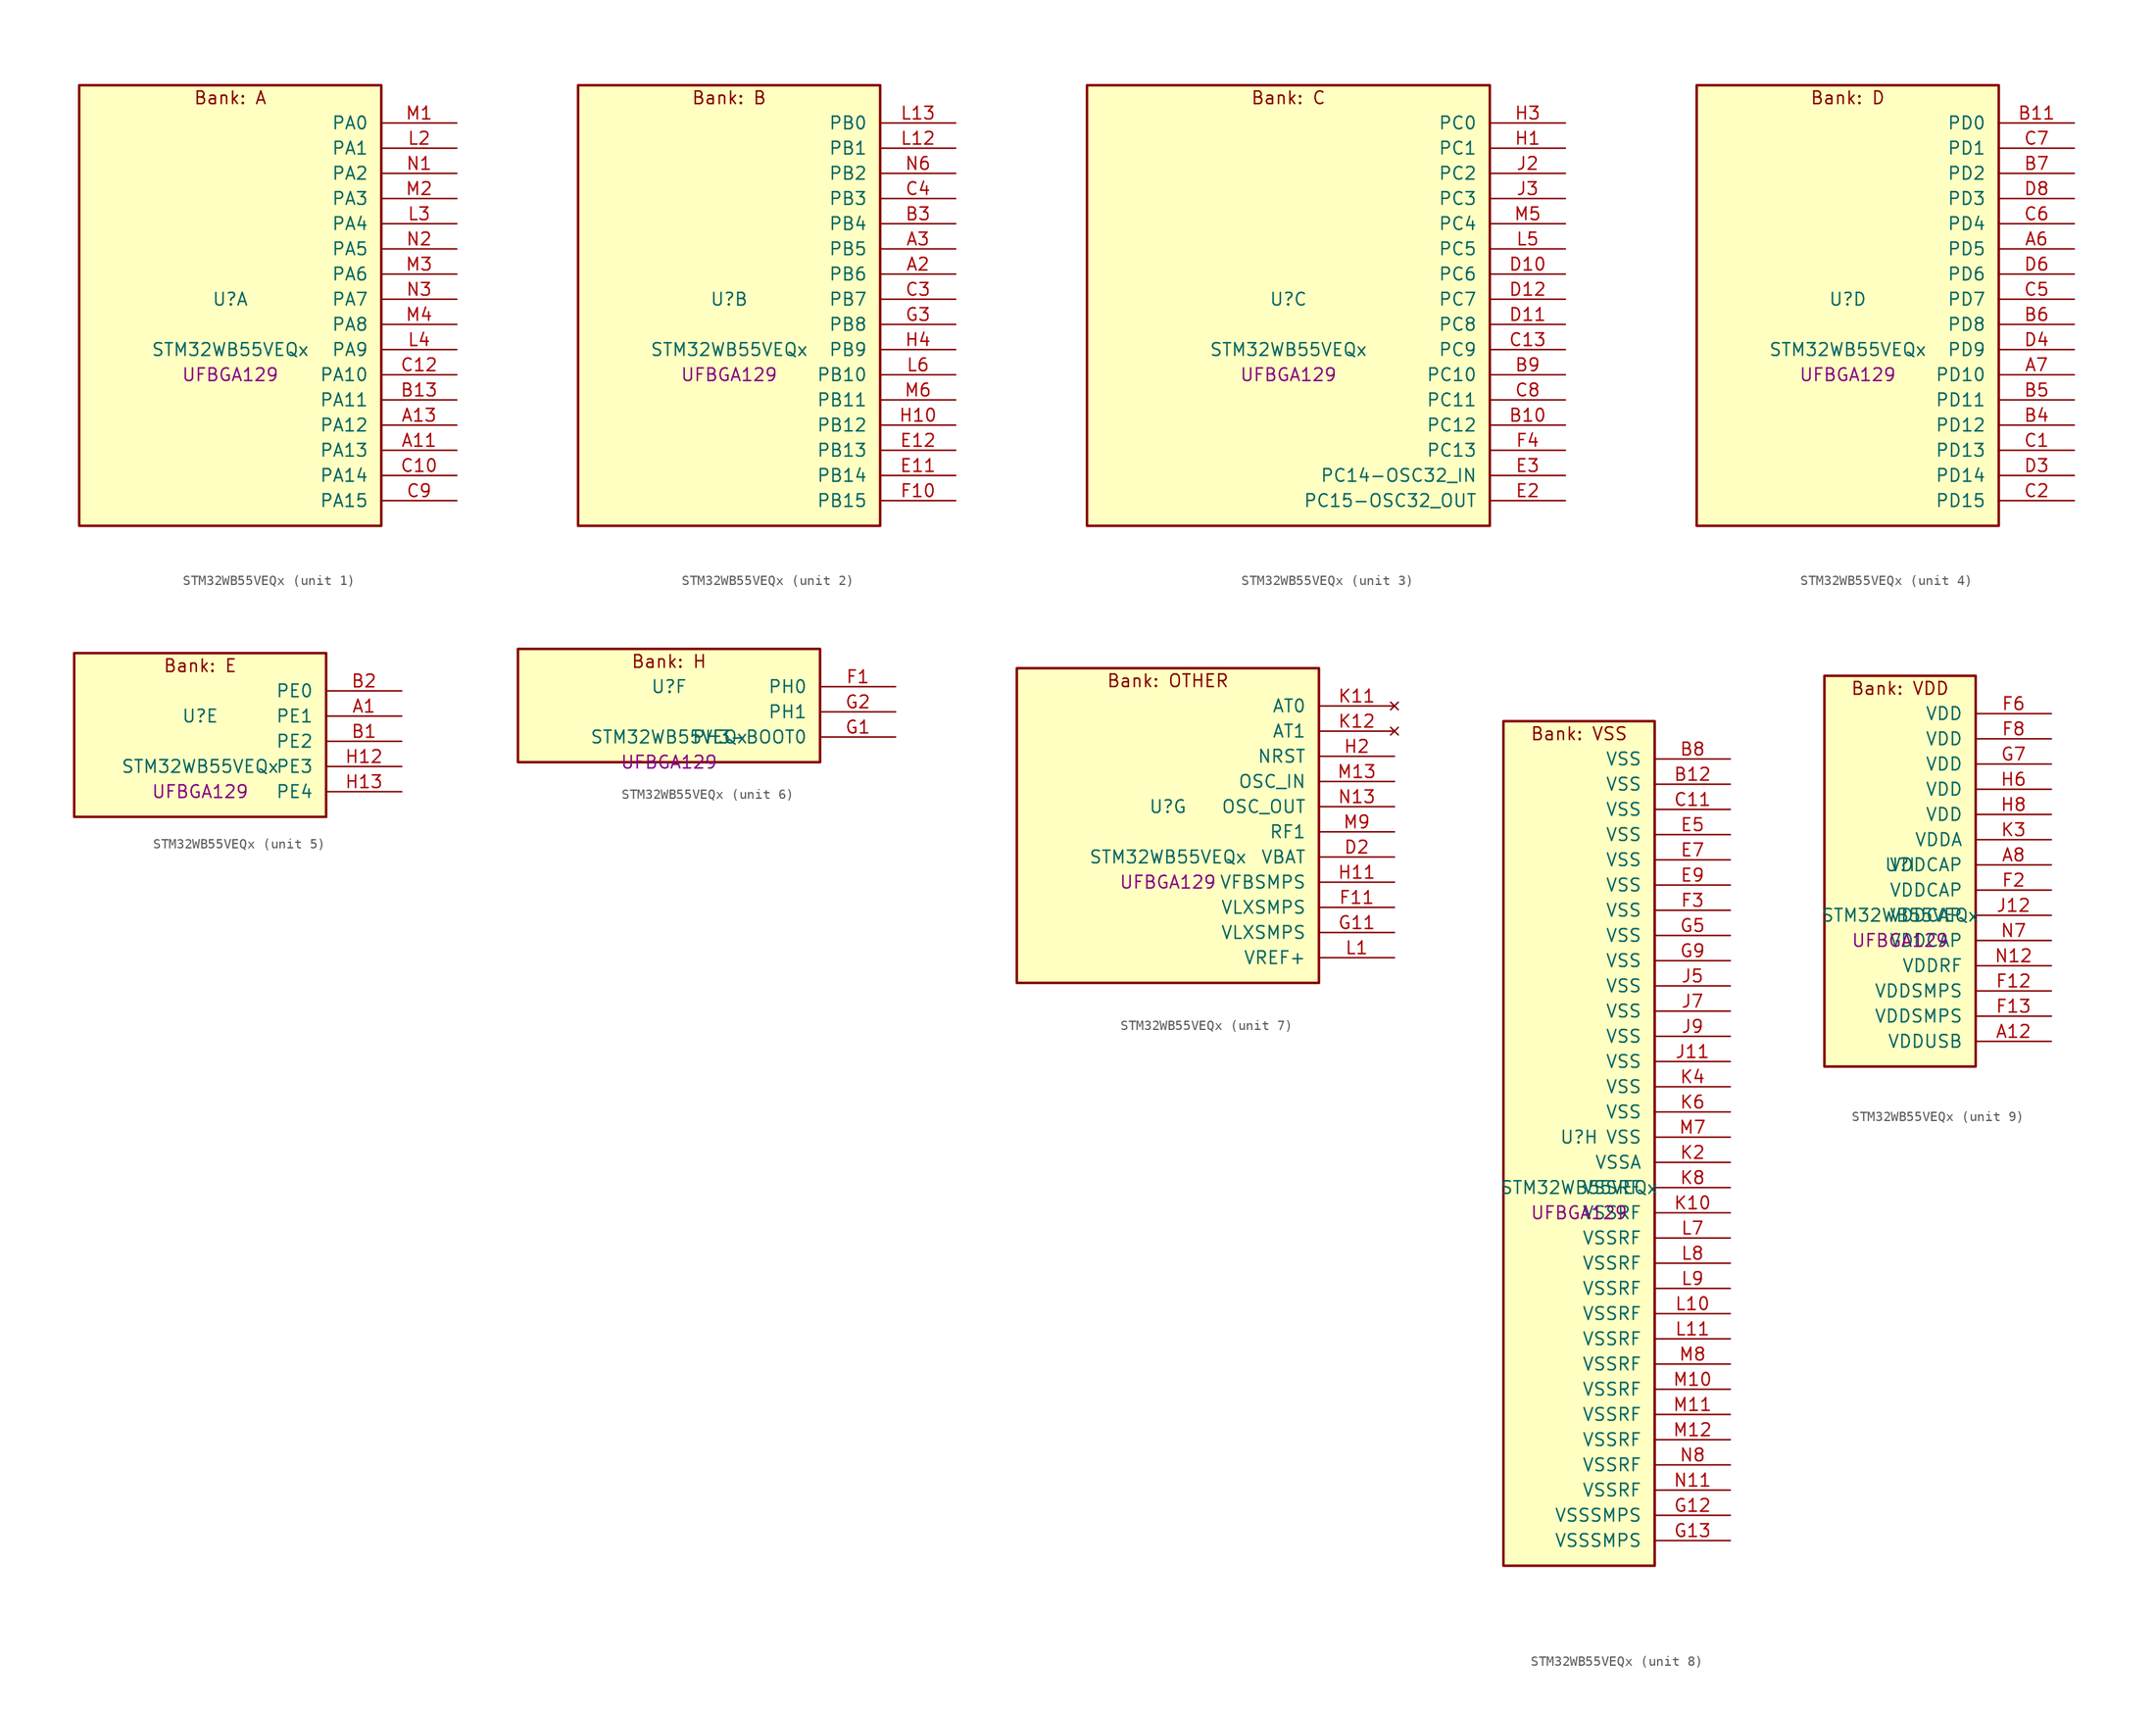
<source format=kicad_sym>
(kicad_symbol_lib
  (version 20241209)
  (generator "stm32_pkl_generator")
  (generator_version "1.0")
  (symbol "STM32WB55VEQx"
    (pin_names
      (offset 1.27))
    (property "Reference" "U"
      (at 0 2.54 0))
    (property "Value" "STM32WB55VEQx"
      (at 0 -2.54 0))
    (property "Footprint" "UFBGA129"
      (at 0 -5.08 0))
    (symbol "STM32WB55VEQx_1_1"
      (rectangle (start -15.24 24.13) (end 15.24 -20.32) (stroke (width 0.254) (type solid)) (fill (type background)))
      (text "Bank: A" (at 0 22.86 0))
      (pin bidirectional line (at 22.86 20.32 180) (length 7.62) (name "PA0") (number "M1") (alternate "PA0/ADC1_IN5" bidirectional line) (alternate "PA0/COMP1_INM" bidirectional line) (alternate "PA0/COMP1_OUT" bidirectional line) (alternate "PA0/RTC_TAMP2" bidirectional line) (alternate "PA0/SAI1_EXTCLK" bidirectional line) (alternate "PA0/SYS_WKUP1" bidirectional line) (alternate "PA0/TIM2_CH1" bidirectional line) (alternate "PA0/TIM2_ETR" bidirectional line))
      (pin bidirectional line (at 22.86 17.78 180) (length 7.62) (name "PA1") (number "L2") (alternate "PA1/ADC1_IN6" bidirectional line) (alternate "PA1/COMP1_INP" bidirectional line) (alternate "PA1/I2C1_SMBA" bidirectional line) (alternate "PA1/LCD_SEG0" bidirectional line) (alternate "PA1/SPI1_SCK" bidirectional line) (alternate "PA1/TIM2_CH2" bidirectional line))
      (pin bidirectional line (at 22.86 15.24 180) (length 7.62) (name "PA2") (number "N1") (alternate "PA2/ADC1_IN7" bidirectional line) (alternate "PA2/COMP2_INM" bidirectional line) (alternate "PA2/COMP2_OUT" bidirectional line) (alternate "PA2/LCD_SEG1" bidirectional line) (alternate "PA2/LPUART1_TX" bidirectional line) (alternate "PA2/QUADSPI_BK1_NCS" bidirectional line) (alternate "PA2/RCC_LSCO" bidirectional line) (alternate "PA2/SYS_WKUP4" bidirectional line) (alternate "PA2/TIM2_CH3" bidirectional line))
      (pin bidirectional line (at 22.86 12.7 180) (length 7.62) (name "PA3") (number "M2") (alternate "PA3/ADC1_IN8" bidirectional line) (alternate "PA3/COMP2_INP" bidirectional line) (alternate "PA3/LCD_SEG2" bidirectional line) (alternate "PA3/LPUART1_RX" bidirectional line) (alternate "PA3/QUADSPI_CLK" bidirectional line) (alternate "PA3/SAI1_CK1" bidirectional line) (alternate "PA3/SAI1_MCLK_A" bidirectional line) (alternate "PA3/TIM2_CH4" bidirectional line))
      (pin bidirectional line (at 22.86 10.16 180) (length 7.62) (name "PA4") (number "L3") (alternate "PA4/ADC1_IN9" bidirectional line) (alternate "PA4/COMP1_INM" bidirectional line) (alternate "PA4/COMP2_INM" bidirectional line) (alternate "PA4/LCD_SEG5" bidirectional line) (alternate "PA4/LPTIM2_OUT" bidirectional line) (alternate "PA4/SAI1_FS_B" bidirectional line) (alternate "PA4/SPI1_NSS" bidirectional line))
      (pin bidirectional line (at 22.86 7.62 180) (length 7.62) (name "PA5") (number "N2") (alternate "PA5/ADC1_IN10" bidirectional line) (alternate "PA5/COMP1_INM" bidirectional line) (alternate "PA5/COMP2_INM" bidirectional line) (alternate "PA5/LPTIM2_ETR" bidirectional line) (alternate "PA5/SAI1_SD_B" bidirectional line) (alternate "PA5/SPI1_SCK" bidirectional line) (alternate "PA5/TIM2_CH1" bidirectional line) (alternate "PA5/TIM2_ETR" bidirectional line))
      (pin bidirectional line (at 22.86 5.08 180) (length 7.62) (name "PA6") (number "M3") (alternate "PA6/ADC1_IN11" bidirectional line) (alternate "PA6/LCD_SEG3" bidirectional line) (alternate "PA6/LPUART1_CTS" bidirectional line) (alternate "PA6/QUADSPI_BK1_IO3" bidirectional line) (alternate "PA6/SPI1_MISO" bidirectional line) (alternate "PA6/TIM16_CH1" bidirectional line) (alternate "PA6/TIM1_BKIN" bidirectional line))
      (pin bidirectional line (at 22.86 2.54 180) (length 7.62) (name "PA7") (number "N3") (alternate "PA7/ADC1_IN12" bidirectional line) (alternate "PA7/COMP2_OUT" bidirectional line) (alternate "PA7/I2C3_SCL" bidirectional line) (alternate "PA7/LCD_SEG4" bidirectional line) (alternate "PA7/QUADSPI_BK1_IO2" bidirectional line) (alternate "PA7/SPI1_MOSI" bidirectional line) (alternate "PA7/TIM17_CH1" bidirectional line) (alternate "PA7/TIM1_CH1N" bidirectional line))
      (pin bidirectional line (at 22.86 0 180) (length 7.62) (name "PA8") (number "M4") (alternate "PA8/ADC1_IN15" bidirectional line) (alternate "PA8/LCD_COM0" bidirectional line) (alternate "PA8/LPTIM2_OUT" bidirectional line) (alternate "PA8/RCC_MCO" bidirectional line) (alternate "PA8/SAI1_CK2" bidirectional line) (alternate "PA8/SAI1_SCK_A" bidirectional line) (alternate "PA8/TIM1_CH1" bidirectional line) (alternate "PA8/USART1_CK" bidirectional line))
      (pin bidirectional line (at 22.86 -2.54 180) (length 7.62) (name "PA9") (number "L4") (alternate "PA9/ADC1_IN16" bidirectional line) (alternate "PA9/COMP1_INM" bidirectional line) (alternate "PA9/I2C1_SCL" bidirectional line) (alternate "PA9/LCD_COM1" bidirectional line) (alternate "PA9/SAI1_D2" bidirectional line) (alternate "PA9/SAI1_FS_A" bidirectional line) (alternate "PA9/SPI2_SCK" bidirectional line) (alternate "PA9/TIM1_CH2" bidirectional line) (alternate "PA9/USART1_TX" bidirectional line))
      (pin bidirectional line (at 22.86 -5.08 180) (length 7.62) (name "PA10") (number "C12") (alternate "PA10/CRS_SYNC" bidirectional line) (alternate "PA10/I2C1_SDA" bidirectional line) (alternate "PA10/LCD_COM2" bidirectional line) (alternate "PA10/SAI1_D1" bidirectional line) (alternate "PA10/SAI1_SD_A" bidirectional line) (alternate "PA10/TIM17_BKIN" bidirectional line) (alternate "PA10/TIM1_CH3" bidirectional line) (alternate "PA10/USART1_RX" bidirectional line))
      (pin bidirectional line (at 22.86 -7.62 180) (length 7.62) (name "PA11") (number "B13") (alternate "PA11/ADC1_EXTI11" bidirectional line) (alternate "PA11/SPI1_MISO" bidirectional line) (alternate "PA11/TIM1_BKIN2" bidirectional line) (alternate "PA11/TIM1_CH4" bidirectional line) (alternate "PA11/USART1_CTS" bidirectional line) (alternate "PA11/USART1_NSS" bidirectional line) (alternate "PA11/USB_DM" bidirectional line))
      (pin bidirectional line (at 22.86 -10.16 180) (length 7.62) (name "PA12") (number "A13") (alternate "PA12/LPUART1_RX" bidirectional line) (alternate "PA12/SPI1_MOSI" bidirectional line) (alternate "PA12/TIM1_ETR" bidirectional line) (alternate "PA12/USART1_DE" bidirectional line) (alternate "PA12/USART1_RTS" bidirectional line) (alternate "PA12/USB_DP" bidirectional line))
      (pin bidirectional line (at 22.86 -12.7 180) (length 7.62) (name "PA13") (number "A11") (alternate "PA13/IR_OUT" bidirectional line) (alternate "PA13/SAI1_SD_B" bidirectional line) (alternate "PA13/SYS_JTMS-SWDIO" bidirectional line) (alternate "PA13/USB_NOE" bidirectional line))
      (pin bidirectional line (at 22.86 -15.24 180) (length 7.62) (name "PA14") (number "C10") (alternate "PA14/I2C1_SMBA" bidirectional line) (alternate "PA14/LCD_SEG5" bidirectional line) (alternate "PA14/LPTIM1_OUT" bidirectional line) (alternate "PA14/SAI1_FS_B" bidirectional line) (alternate "PA14/SYS_JTCK-SWCLK" bidirectional line))
      (pin bidirectional line (at 22.86 -17.78 180) (length 7.62) (name "PA15") (number "C9") (alternate "PA15/ADC1_EXTI15" bidirectional line) (alternate "PA15/LCD_SEG17" bidirectional line) (alternate "PA15/RCC_MCO" bidirectional line) (alternate "PA15/SPI1_NSS" bidirectional line) (alternate "PA15/SYS_JTDI" bidirectional line) (alternate "PA15/TIM2_CH1" bidirectional line) (alternate "PA15/TIM2_ETR" bidirectional line) (alternate "PA15/TSC_G3_IO1" bidirectional line)))
    (symbol "STM32WB55VEQx_2_1"
      (rectangle (start -15.24 24.13) (end 15.24 -20.32) (stroke (width 0.254) (type solid)) (fill (type background)))
      (text "Bank: B" (at 0 22.86 0))
      (pin bidirectional line (at 22.86 20.32 180) (length 7.62) (name "PB0") (number "L13") (alternate "PB0/COMP1_OUT" bidirectional line) (alternate "PB0/RF_TX_MOD_EXT_PA" bidirectional line))
      (pin bidirectional line (at 22.86 17.78 180) (length 7.62) (name "PB1") (number "L12") (alternate "PB1/LPTIM2_IN1" bidirectional line) (alternate "PB1/LPUART1_DE" bidirectional line) (alternate "PB1/LPUART1_RTS" bidirectional line))
      (pin bidirectional line (at 22.86 15.24 180) (length 7.62) (name "PB2") (number "N6") (alternate "PB2/COMP1_INP" bidirectional line) (alternate "PB2/I2C3_SMBA" bidirectional line) (alternate "PB2/LCD_VLCD" bidirectional line) (alternate "PB2/LPTIM1_OUT" bidirectional line) (alternate "PB2/RTC_OUT2" bidirectional line) (alternate "PB2/SAI1_EXTCLK" bidirectional line) (alternate "PB2/SPI1_NSS" bidirectional line))
      (pin bidirectional line (at 22.86 12.7 180) (length 7.62) (name "PB3") (number "C4") (alternate "PB3/COMP2_INM" bidirectional line) (alternate "PB3/LCD_SEG7" bidirectional line) (alternate "PB3/SAI1_SCK_B" bidirectional line) (alternate "PB3/SPI1_SCK" bidirectional line) (alternate "PB3/SYS_JTDO-SWO" bidirectional line) (alternate "PB3/TIM2_CH2" bidirectional line) (alternate "PB3/USART1_DE" bidirectional line) (alternate "PB3/USART1_RTS" bidirectional line))
      (pin bidirectional line (at 22.86 10.16 180) (length 7.62) (name "PB4") (number "B3") (alternate "PB4/COMP2_INP" bidirectional line) (alternate "PB4/I2C3_SDA" bidirectional line) (alternate "PB4/LCD_SEG8" bidirectional line) (alternate "PB4/SAI1_MCLK_B" bidirectional line) (alternate "PB4/SPI1_MISO" bidirectional line) (alternate "PB4/SYS_JTRST" bidirectional line) (alternate "PB4/TIM17_BKIN" bidirectional line) (alternate "PB4/TSC_G2_IO1" bidirectional line) (alternate "PB4/USART1_CTS" bidirectional line) (alternate "PB4/USART1_NSS" bidirectional line))
      (pin bidirectional line (at 22.86 7.62 180) (length 7.62) (name "PB5") (number "A3") (alternate "PB5/COMP2_OUT" bidirectional line) (alternate "PB5/I2C1_SMBA" bidirectional line) (alternate "PB5/LCD_SEG9" bidirectional line) (alternate "PB5/LPTIM1_IN1" bidirectional line) (alternate "PB5/LPUART1_TX" bidirectional line) (alternate "PB5/SAI1_SD_B" bidirectional line) (alternate "PB5/SPI1_MOSI" bidirectional line) (alternate "PB5/TIM16_BKIN" bidirectional line) (alternate "PB5/TSC_G2_IO2" bidirectional line) (alternate "PB5/USART1_CK" bidirectional line))
      (pin bidirectional line (at 22.86 5.08 180) (length 7.62) (name "PB6") (number "A2") (alternate "PB6/COMP2_INP" bidirectional line) (alternate "PB6/I2C1_SCL" bidirectional line) (alternate "PB6/LCD_SEG6" bidirectional line) (alternate "PB6/LPTIM1_ETR" bidirectional line) (alternate "PB6/RCC_MCO" bidirectional line) (alternate "PB6/SAI1_FS_B" bidirectional line) (alternate "PB6/TIM16_CH1N" bidirectional line) (alternate "PB6/TSC_G2_IO3" bidirectional line) (alternate "PB6/USART1_TX" bidirectional line))
      (pin bidirectional line (at 22.86 2.54 180) (length 7.62) (name "PB7") (number "C3") (alternate "PB7/COMP2_INM" bidirectional line) (alternate "PB7/I2C1_SDA" bidirectional line) (alternate "PB7/LCD_SEG21" bidirectional line) (alternate "PB7/LPTIM1_IN2" bidirectional line) (alternate "PB7/SYS_PVD_IN" bidirectional line) (alternate "PB7/TIM17_CH1N" bidirectional line) (alternate "PB7/TIM1_BKIN" bidirectional line) (alternate "PB7/TSC_G2_IO4" bidirectional line) (alternate "PB7/USART1_RX" bidirectional line))
      (pin bidirectional line (at 22.86 0 180) (length 7.62) (name "PB8") (number "G3") (alternate "PB8/I2C1_SCL" bidirectional line) (alternate "PB8/LCD_SEG16" bidirectional line) (alternate "PB8/QUADSPI_BK1_IO1" bidirectional line) (alternate "PB8/SAI1_CK1" bidirectional line) (alternate "PB8/SAI1_MCLK_A" bidirectional line) (alternate "PB8/TIM16_CH1" bidirectional line) (alternate "PB8/TIM1_CH2N" bidirectional line))
      (pin bidirectional line (at 22.86 -2.54 180) (length 7.62) (name "PB9") (number "H4") (alternate "PB9/I2C1_SDA" bidirectional line) (alternate "PB9/IR_OUT" bidirectional line) (alternate "PB9/LCD_COM3" bidirectional line) (alternate "PB9/QUADSPI_BK1_IO0" bidirectional line) (alternate "PB9/SAI1_D2" bidirectional line) (alternate "PB9/SAI1_FS_A" bidirectional line) (alternate "PB9/SPI2_NSS" bidirectional line) (alternate "PB9/TIM17_CH1" bidirectional line) (alternate "PB9/TIM1_CH3N" bidirectional line) (alternate "PB9/TSC_G7_IO4" bidirectional line))
      (pin bidirectional line (at 22.86 -5.08 180) (length 7.62) (name "PB10") (number "L6") (alternate "PB10/COMP1_OUT" bidirectional line) (alternate "PB10/I2C3_SCL" bidirectional line) (alternate "PB10/LCD_SEG10" bidirectional line) (alternate "PB10/LPUART1_RX" bidirectional line) (alternate "PB10/QUADSPI_CLK" bidirectional line) (alternate "PB10/SAI1_SCK_A" bidirectional line) (alternate "PB10/SPI2_SCK" bidirectional line) (alternate "PB10/TIM2_CH3" bidirectional line) (alternate "PB10/TSC_SYNC" bidirectional line))
      (pin bidirectional line (at 22.86 -7.62 180) (length 7.62) (name "PB11") (number "M6") (alternate "PB11/ADC1_EXTI11" bidirectional line) (alternate "PB11/COMP2_OUT" bidirectional line) (alternate "PB11/I2C3_SDA" bidirectional line) (alternate "PB11/LCD_SEG11" bidirectional line) (alternate "PB11/LPUART1_TX" bidirectional line) (alternate "PB11/QUADSPI_BK1_NCS" bidirectional line) (alternate "PB11/TIM2_CH4" bidirectional line))
      (pin bidirectional line (at 22.86 -10.16 180) (length 7.62) (name "PB12") (number "H10") (alternate "PB12/I2C3_SMBA" bidirectional line) (alternate "PB12/LCD_SEG12" bidirectional line) (alternate "PB12/LPUART1_DE" bidirectional line) (alternate "PB12/LPUART1_RTS" bidirectional line) (alternate "PB12/SAI1_FS_A" bidirectional line) (alternate "PB12/SPI2_NSS" bidirectional line) (alternate "PB12/TIM1_BKIN" bidirectional line) (alternate "PB12/TSC_G1_IO1" bidirectional line))
      (pin bidirectional line (at 22.86 -12.7 180) (length 7.62) (name "PB13") (number "E12") (alternate "PB13/I2C3_SCL" bidirectional line) (alternate "PB13/LCD_SEG13" bidirectional line) (alternate "PB13/LPUART1_CTS" bidirectional line) (alternate "PB13/SAI1_SCK_A" bidirectional line) (alternate "PB13/SPI2_SCK" bidirectional line) (alternate "PB13/TIM1_CH1N" bidirectional line) (alternate "PB13/TSC_G1_IO2" bidirectional line))
      (pin bidirectional line (at 22.86 -15.24 180) (length 7.62) (name "PB14") (number "E11") (alternate "PB14/I2C3_SDA" bidirectional line) (alternate "PB14/LCD_SEG14" bidirectional line) (alternate "PB14/SAI1_MCLK_A" bidirectional line) (alternate "PB14/SPI2_MISO" bidirectional line) (alternate "PB14/TIM1_CH2N" bidirectional line) (alternate "PB14/TSC_G1_IO3" bidirectional line))
      (pin bidirectional line (at 22.86 -17.78 180) (length 7.62) (name "PB15") (number "F10") (alternate "PB15/ADC1_EXTI15" bidirectional line) (alternate "PB15/LCD_SEG15" bidirectional line) (alternate "PB15/RTC_REFIN" bidirectional line) (alternate "PB15/SAI1_SD_A" bidirectional line) (alternate "PB15/SPI2_MOSI" bidirectional line) (alternate "PB15/TIM1_CH3N" bidirectional line) (alternate "PB15/TSC_G1_IO4" bidirectional line)))
    (symbol "STM32WB55VEQx_3_1"
      (rectangle (start -20.32 24.13) (end 20.32 -20.32) (stroke (width 0.254) (type solid)) (fill (type background)))
      (text "Bank: C" (at 0 22.86 0))
      (pin bidirectional line (at 27.94 20.32 180) (length 7.62) (name "PC0") (number "H3") (alternate "PC0/ADC1_IN1" bidirectional line) (alternate "PC0/I2C3_SCL" bidirectional line) (alternate "PC0/LCD_SEG18" bidirectional line) (alternate "PC0/LPTIM1_IN1" bidirectional line) (alternate "PC0/LPTIM2_IN1" bidirectional line) (alternate "PC0/LPUART1_RX" bidirectional line))
      (pin bidirectional line (at 27.94 17.78 180) (length 7.62) (name "PC1") (number "H1") (alternate "PC1/ADC1_IN2" bidirectional line) (alternate "PC1/I2C3_SDA" bidirectional line) (alternate "PC1/LCD_SEG19" bidirectional line) (alternate "PC1/LPTIM1_OUT" bidirectional line) (alternate "PC1/LPUART1_TX" bidirectional line) (alternate "PC1/SPI2_MOSI" bidirectional line))
      (pin bidirectional line (at 27.94 15.24 180) (length 7.62) (name "PC2") (number "J2") (alternate "PC2/ADC1_IN3" bidirectional line) (alternate "PC2/LCD_SEG20" bidirectional line) (alternate "PC2/LPTIM1_IN2" bidirectional line) (alternate "PC2/SPI2_MISO" bidirectional line))
      (pin bidirectional line (at 27.94 12.7 180) (length 7.62) (name "PC3") (number "J3") (alternate "PC3/ADC1_IN4" bidirectional line) (alternate "PC3/LCD_VLCD" bidirectional line) (alternate "PC3/LPTIM1_ETR" bidirectional line) (alternate "PC3/LPTIM2_ETR" bidirectional line) (alternate "PC3/SAI1_D1" bidirectional line) (alternate "PC3/SAI1_SD_A" bidirectional line) (alternate "PC3/SPI2_MOSI" bidirectional line))
      (pin bidirectional line (at 27.94 10.16 180) (length 7.62) (name "PC4") (number "M5") (alternate "PC4/ADC1_IN13" bidirectional line) (alternate "PC4/COMP1_INM" bidirectional line) (alternate "PC4/LCD_SEG22" bidirectional line))
      (pin bidirectional line (at 27.94 7.62 180) (length 7.62) (name "PC5") (number "L5") (alternate "PC5/ADC1_IN14" bidirectional line) (alternate "PC5/COMP1_INP" bidirectional line) (alternate "PC5/LCD_SEG23" bidirectional line) (alternate "PC5/SAI1_D3" bidirectional line) (alternate "PC5/SYS_WKUP5" bidirectional line))
      (pin bidirectional line (at 27.94 5.08 180) (length 7.62) (name "PC6") (number "D10") (alternate "PC6/LCD_SEG24" bidirectional line) (alternate "PC6/TSC_G4_IO1" bidirectional line))
      (pin bidirectional line (at 27.94 2.54 180) (length 7.62) (name "PC7") (number "D12") (alternate "PC7/LCD_SEG25" bidirectional line) (alternate "PC7/TSC_G4_IO2" bidirectional line))
      (pin bidirectional line (at 27.94 0 180) (length 7.62) (name "PC8") (number "D11") (alternate "PC8/LCD_SEG26" bidirectional line) (alternate "PC8/TSC_G4_IO3" bidirectional line))
      (pin bidirectional line (at 27.94 -2.54 180) (length 7.62) (name "PC9") (number "C13") (alternate "PC9/LCD_SEG27" bidirectional line) (alternate "PC9/SAI1_SCK_B" bidirectional line) (alternate "PC9/TIM1_BKIN" bidirectional line) (alternate "PC9/TSC_G4_IO4" bidirectional line) (alternate "PC9/USB_NOE" bidirectional line))
      (pin bidirectional line (at 27.94 -5.08 180) (length 7.62) (name "PC10") (number "B9") (alternate "PC10/LCD_COM4" bidirectional line) (alternate "PC10/LCD_SEG28" bidirectional line) (alternate "PC10/LCD_SEG40" bidirectional line) (alternate "PC10/SYS_TRACED1" bidirectional line) (alternate "PC10/TSC_G3_IO2" bidirectional line))
      (pin bidirectional line (at 27.94 -7.62 180) (length 7.62) (name "PC11") (number "C8") (alternate "PC11/ADC1_EXTI11" bidirectional line) (alternate "PC11/LCD_COM5" bidirectional line) (alternate "PC11/LCD_SEG29" bidirectional line) (alternate "PC11/LCD_SEG41" bidirectional line) (alternate "PC11/TSC_G3_IO3" bidirectional line))
      (pin bidirectional line (at 27.94 -10.16 180) (length 7.62) (name "PC12") (number "B10") (alternate "PC12/LCD_COM6" bidirectional line) (alternate "PC12/LCD_SEG30" bidirectional line) (alternate "PC12/LCD_SEG42" bidirectional line) (alternate "PC12/RCC_LSCO" bidirectional line) (alternate "PC12/RTC_TAMP3" bidirectional line) (alternate "PC12/SYS_TRACED3" bidirectional line) (alternate "PC12/SYS_WKUP3" bidirectional line) (alternate "PC12/TSC_G3_IO4" bidirectional line))
      (pin bidirectional line (at 27.94 -12.7 180) (length 7.62) (name "PC13") (number "F4") (alternate "PC13/RTC_OUT1" bidirectional line) (alternate "PC13/RTC_TAMP1" bidirectional line) (alternate "PC13/RTC_TS" bidirectional line) (alternate "PC13/SYS_WKUP2" bidirectional line))
      (pin bidirectional line (at 27.94 -15.24 180) (length 7.62) (name "PC14-OSC32_IN") (number "E3") (alternate "PC14-OSC32_IN/RCC_OSC32_IN" bidirectional line))
      (pin bidirectional line (at 27.94 -17.78 180) (length 7.62) (name "PC15-OSC32_OUT") (number "E2") (alternate "PC15-OSC32_OUT/ADC1_EXTI15" bidirectional line) (alternate "PC15-OSC32_OUT/RCC_OSC32_OUT" bidirectional line)))
    (symbol "STM32WB55VEQx_4_1"
      (rectangle (start -15.24 24.13) (end 15.24 -20.32) (stroke (width 0.254) (type solid)) (fill (type background)))
      (text "Bank: D" (at 0 22.86 0))
      (pin bidirectional line (at 22.86 20.32 180) (length 7.62) (name "PD0") (number "B11") (alternate "PD0/SPI2_NSS" bidirectional line))
      (pin bidirectional line (at 22.86 17.78 180) (length 7.62) (name "PD1") (number "C7") (alternate "PD1/SPI2_SCK" bidirectional line))
      (pin bidirectional line (at 22.86 15.24 180) (length 7.62) (name "PD2") (number "B7") (alternate "PD2/LCD_COM7" bidirectional line) (alternate "PD2/LCD_SEG31" bidirectional line) (alternate "PD2/LCD_SEG43" bidirectional line) (alternate "PD2/SYS_TRACED2" bidirectional line) (alternate "PD2/TSC_SYNC" bidirectional line))
      (pin bidirectional line (at 22.86 12.7 180) (length 7.62) (name "PD3") (number "D8") (alternate "PD3/QUADSPI_BK1_NCS" bidirectional line) (alternate "PD3/SPI2_MISO" bidirectional line) (alternate "PD3/SPI2_SCK" bidirectional line))
      (pin bidirectional line (at 22.86 10.16 180) (length 7.62) (name "PD4") (number "C6") (alternate "PD4/QUADSPI_BK1_IO0" bidirectional line) (alternate "PD4/SPI2_MOSI" bidirectional line) (alternate "PD4/TSC_G5_IO1" bidirectional line))
      (pin bidirectional line (at 22.86 7.62 180) (length 7.62) (name "PD5") (number "A6") (alternate "PD5/QUADSPI_BK1_IO1" bidirectional line) (alternate "PD5/SAI1_MCLK_B" bidirectional line) (alternate "PD5/TSC_G5_IO2" bidirectional line))
      (pin bidirectional line (at 22.86 5.08 180) (length 7.62) (name "PD6") (number "D6") (alternate "PD6/QUADSPI_BK1_IO2" bidirectional line) (alternate "PD6/SAI1_D1" bidirectional line) (alternate "PD6/SAI1_SD_A" bidirectional line) (alternate "PD6/TSC_G5_IO3" bidirectional line))
      (pin bidirectional line (at 22.86 2.54 180) (length 7.62) (name "PD7") (number "C5") (alternate "PD7/LCD_SEG39" bidirectional line) (alternate "PD7/QUADSPI_BK1_IO3" bidirectional line) (alternate "PD7/TSC_G5_IO4" bidirectional line))
      (pin bidirectional line (at 22.86 0 180) (length 7.62) (name "PD8") (number "B6") (alternate "PD8/LCD_SEG28" bidirectional line) (alternate "PD8/TIM1_BKIN2" bidirectional line))
      (pin bidirectional line (at 22.86 -2.54 180) (length 7.62) (name "PD9") (number "D4") (alternate "PD9/LCD_SEG29" bidirectional line) (alternate "PD9/SYS_TRACED0" bidirectional line))
      (pin bidirectional line (at 22.86 -5.08 180) (length 7.62) (name "PD10") (number "A7") (alternate "PD10/LCD_SEG30" bidirectional line) (alternate "PD10/SYS_TRIG_INOUT" bidirectional line) (alternate "PD10/TSC_G6_IO1" bidirectional line))
      (pin bidirectional line (at 22.86 -7.62 180) (length 7.62) (name "PD11") (number "B5") (alternate "PD11/ADC1_EXTI11" bidirectional line) (alternate "PD11/LCD_SEG31" bidirectional line) (alternate "PD11/LPTIM2_ETR" bidirectional line) (alternate "PD11/TSC_G6_IO2" bidirectional line))
      (pin bidirectional line (at 22.86 -10.16 180) (length 7.62) (name "PD12") (number "B4") (alternate "PD12/LCD_SEG32" bidirectional line) (alternate "PD12/LPTIM2_IN1" bidirectional line) (alternate "PD12/TSC_G6_IO3" bidirectional line))
      (pin bidirectional line (at 22.86 -12.7 180) (length 7.62) (name "PD13") (number "C1") (alternate "PD13/LCD_SEG33" bidirectional line) (alternate "PD13/LPTIM2_OUT" bidirectional line) (alternate "PD13/TSC_G6_IO4" bidirectional line))
      (pin bidirectional line (at 22.86 -15.24 180) (length 7.62) (name "PD14") (number "D3") (alternate "PD14/LCD_SEG34" bidirectional line) (alternate "PD14/TIM1_CH1" bidirectional line))
      (pin bidirectional line (at 22.86 -17.78 180) (length 7.62) (name "PD15") (number "C2") (alternate "PD15/ADC1_EXTI15" bidirectional line) (alternate "PD15/LCD_SEG35" bidirectional line) (alternate "PD15/TIM1_CH2" bidirectional line)))
    (symbol "STM32WB55VEQx_5_1"
      (rectangle (start -12.7 8.89) (end 12.7 -7.62) (stroke (width 0.254) (type solid)) (fill (type background)))
      (text "Bank: E" (at 0 7.62 0))
      (pin bidirectional line (at 20.32 5.08 180) (length 7.62) (name "PE0") (number "B2") (alternate "PE0/LCD_SEG36" bidirectional line) (alternate "PE0/TIM16_CH1" bidirectional line) (alternate "PE0/TIM1_ETR" bidirectional line) (alternate "PE0/TSC_G7_IO3" bidirectional line))
      (pin bidirectional line (at 20.32 2.54 180) (length 7.62) (name "PE1") (number "A1") (alternate "PE1/LCD_SEG37" bidirectional line) (alternate "PE1/TIM17_CH1" bidirectional line) (alternate "PE1/TSC_G7_IO2" bidirectional line))
      (pin bidirectional line (at 20.32 0 180) (length 7.62) (name "PE2") (number "B1") (alternate "PE2/LCD_SEG38" bidirectional line) (alternate "PE2/SAI1_CK1" bidirectional line) (alternate "PE2/SAI1_MCLK_A" bidirectional line) (alternate "PE2/SYS_TRACECLK" bidirectional line) (alternate "PE2/TSC_G7_IO1" bidirectional line))
      (pin bidirectional line (at 20.32 -2.54 180) (length 7.62) (name "PE3") (number "H12"))
      (pin bidirectional line (at 20.32 -5.08 180) (length 7.62) (name "PE4") (number "H13")))
    (symbol "STM32WB55VEQx_6_1"
      (rectangle (start -15.24 6.35) (end 15.24 -5.08) (stroke (width 0.254) (type solid)) (fill (type background)))
      (text "Bank: H" (at 0 5.08 0))
      (pin bidirectional line (at 22.86 2.54 180) (length 7.62) (name "PH0") (number "F1"))
      (pin bidirectional line (at 22.86 0 180) (length 7.62) (name "PH1") (number "G2"))
      (pin bidirectional line (at 22.86 -2.54 180) (length 7.62) (name "PH3-BOOT0") (number "G1") (alternate "PH3-BOOT0/RCC_LSCO" bidirectional line)))
    (symbol "STM32WB55VEQx_7_1"
      (rectangle (start -15.24 16.51) (end 15.24 -15.24) (stroke (width 0.254) (type solid)) (fill (type background)))
      (text "Bank: OTHER" (at 0 15.24 0))
      (pin no_connect line (at 22.86 12.7 180) (length 7.62) (name "AT0") (number "K11"))
      (pin no_connect line (at 22.86 10.16 180) (length 7.62) (name "AT1") (number "K12"))
      (pin input line (at 22.86 7.62 180) (length 7.62) (name "NRST") (number "H2"))
      (pin bidirectional line (at 22.86 5.08 180) (length 7.62) (name "OSC_IN") (number "M13") (alternate "OSC_IN/RCC_OSC_IN" bidirectional line))
      (pin bidirectional line (at 22.86 2.54 180) (length 7.62) (name "OSC_OUT") (number "N13") (alternate "OSC_OUT/RCC_OSC_OUT" bidirectional line))
      (pin bidirectional line (at 22.86 0 180) (length 7.62) (name "RF1") (number "M9") (alternate "RF1/RF_RF1" bidirectional line))
      (pin power_in line (at 22.86 -2.54 180) (length 7.62) (name "VBAT") (number "D2"))
      (pin power_in line (at 22.86 -5.08 180) (length 7.62) (name "VFBSMPS") (number "H11"))
      (pin power_in line (at 22.86 -7.62 180) (length 7.62) (name "VLXSMPS") (number "F11"))
      (pin power_in line (at 22.86 -10.16 180) (length 7.62) (name "VLXSMPS") (number "G11"))
      (pin bidirectional line (at 22.86 -12.7 180) (length 7.62) (name "VREF+") (number "L1") (alternate "VREF+/VREFBUF_OUT" bidirectional line)))
    (symbol "STM32WB55VEQx_8_1"
      (rectangle (start -7.62 44.45) (end 7.62 -40.64) (stroke (width 0.254) (type solid)) (fill (type background)))
      (text "Bank: VSS" (at 0 43.18 0))
      (pin power_in line (at 15.24 40.64 180) (length 7.62) (name "VSS") (number "B8"))
      (pin power_in line (at 15.24 38.1 180) (length 7.62) (name "VSS") (number "B12"))
      (pin power_in line (at 15.24 35.56 180) (length 7.62) (name "VSS") (number "C11"))
      (pin power_in line (at 15.24 33.02 180) (length 7.62) (name "VSS") (number "E5"))
      (pin power_in line (at 15.24 30.48 180) (length 7.62) (name "VSS") (number "E7"))
      (pin power_in line (at 15.24 27.94 180) (length 7.62) (name "VSS") (number "E9"))
      (pin power_in line (at 15.24 25.4 180) (length 7.62) (name "VSS") (number "F3"))
      (pin power_in line (at 15.24 22.86 180) (length 7.62) (name "VSS") (number "G5"))
      (pin power_in line (at 15.24 20.32 180) (length 7.62) (name "VSS") (number "G9"))
      (pin power_in line (at 15.24 17.78 180) (length 7.62) (name "VSS") (number "J5"))
      (pin power_in line (at 15.24 15.24 180) (length 7.62) (name "VSS") (number "J7"))
      (pin power_in line (at 15.24 12.7 180) (length 7.62) (name "VSS") (number "J9"))
      (pin power_in line (at 15.24 10.16 180) (length 7.62) (name "VSS") (number "J11"))
      (pin power_in line (at 15.24 7.62 180) (length 7.62) (name "VSS") (number "K4"))
      (pin power_in line (at 15.24 5.08 180) (length 7.62) (name "VSS") (number "K6"))
      (pin power_in line (at 15.24 2.54 180) (length 7.62) (name "VSS") (number "M7"))
      (pin power_in line (at 15.24 0 180) (length 7.62) (name "VSSA") (number "K2"))
      (pin power_in line (at 15.24 -2.54 180) (length 7.62) (name "VSSRF") (number "K8"))
      (pin power_in line (at 15.24 -5.08 180) (length 7.62) (name "VSSRF") (number "K10"))
      (pin power_in line (at 15.24 -7.62 180) (length 7.62) (name "VSSRF") (number "L7"))
      (pin power_in line (at 15.24 -10.16 180) (length 7.62) (name "VSSRF") (number "L8"))
      (pin power_in line (at 15.24 -12.7 180) (length 7.62) (name "VSSRF") (number "L9"))
      (pin power_in line (at 15.24 -15.24 180) (length 7.62) (name "VSSRF") (number "L10"))
      (pin power_in line (at 15.24 -17.78 180) (length 7.62) (name "VSSRF") (number "L11"))
      (pin power_in line (at 15.24 -20.32 180) (length 7.62) (name "VSSRF") (number "M8"))
      (pin power_in line (at 15.24 -22.86 180) (length 7.62) (name "VSSRF") (number "M10"))
      (pin power_in line (at 15.24 -25.4 180) (length 7.62) (name "VSSRF") (number "M11"))
      (pin power_in line (at 15.24 -27.94 180) (length 7.62) (name "VSSRF") (number "M12"))
      (pin power_in line (at 15.24 -30.48 180) (length 7.62) (name "VSSRF") (number "N8"))
      (pin power_in line (at 15.24 -33.02 180) (length 7.62) (name "VSSRF") (number "N11"))
      (pin power_in line (at 15.24 -35.56 180) (length 7.62) (name "VSSSMPS") (number "G12"))
      (pin power_in line (at 15.24 -38.1 180) (length 7.62) (name "VSSSMPS") (number "G13")))
    (symbol "STM32WB55VEQx_9_1"
      (rectangle (start -7.62 21.59) (end 7.62 -17.78) (stroke (width 0.254) (type solid)) (fill (type background)))
      (text "Bank: VDD" (at 0 20.32 0))
      (pin power_in line (at 15.24 17.78 180) (length 7.62) (name "VDD") (number "F6"))
      (pin power_in line (at 15.24 15.24 180) (length 7.62) (name "VDD") (number "F8"))
      (pin power_in line (at 15.24 12.7 180) (length 7.62) (name "VDD") (number "G7"))
      (pin power_in line (at 15.24 10.16 180) (length 7.62) (name "VDD") (number "H6"))
      (pin power_in line (at 15.24 7.62 180) (length 7.62) (name "VDD") (number "H8"))
      (pin power_in line (at 15.24 5.08 180) (length 7.62) (name "VDDA") (number "K3"))
      (pin power_in line (at 15.24 2.54 180) (length 7.62) (name "VDDCAP") (number "A8"))
      (pin power_in line (at 15.24 0 180) (length 7.62) (name "VDDCAP") (number "F2"))
      (pin power_in line (at 15.24 -2.54 180) (length 7.62) (name "VDDCAP") (number "J12"))
      (pin power_in line (at 15.24 -5.08 180) (length 7.62) (name "VDDCAP") (number "N7"))
      (pin power_in line (at 15.24 -7.62 180) (length 7.62) (name "VDDRF") (number "N12"))
      (pin power_in line (at 15.24 -10.16 180) (length 7.62) (name "VDDSMPS") (number "F12"))
      (pin power_in line (at 15.24 -12.7 180) (length 7.62) (name "VDDSMPS") (number "F13"))
      (pin power_in line (at 15.24 -15.24 180) (length 7.62) (name "VDDUSB") (number "A12")))))
</source>
